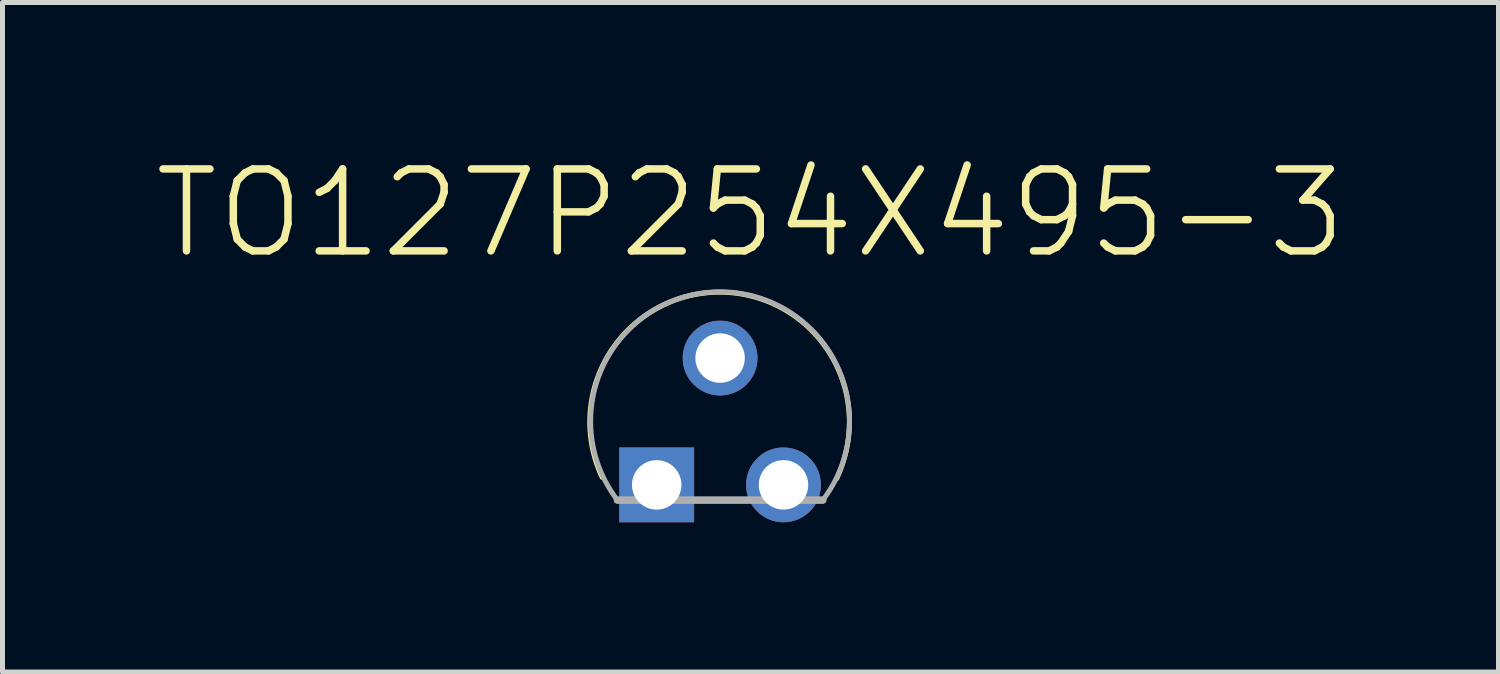
<source format=kicad_pcb>
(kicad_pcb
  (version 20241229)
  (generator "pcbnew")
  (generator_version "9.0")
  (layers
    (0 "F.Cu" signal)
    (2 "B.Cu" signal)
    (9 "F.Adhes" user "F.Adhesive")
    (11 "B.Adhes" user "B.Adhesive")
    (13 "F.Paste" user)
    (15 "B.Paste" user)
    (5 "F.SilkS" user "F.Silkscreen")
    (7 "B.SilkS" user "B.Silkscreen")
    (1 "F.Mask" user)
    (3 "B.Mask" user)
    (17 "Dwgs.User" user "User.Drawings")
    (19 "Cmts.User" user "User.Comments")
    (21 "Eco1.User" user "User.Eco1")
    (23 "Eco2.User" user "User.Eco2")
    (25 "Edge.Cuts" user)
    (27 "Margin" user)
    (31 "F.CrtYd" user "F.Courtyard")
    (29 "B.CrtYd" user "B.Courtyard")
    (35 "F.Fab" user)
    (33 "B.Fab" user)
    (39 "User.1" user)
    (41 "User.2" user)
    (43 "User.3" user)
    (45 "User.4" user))
  (footprint "TO127P254X495-3"
    (layer "F.Cu")
    (at 12.645 4.123)
    (property "Reference" "TO127P254X495-3" (at -0.661 -2.899 0) (layer "F.SilkS") (effects (font (size 1.642 1.642) (thickness 0.15))))
    (attr through_hole)
    (fp_arc (start -3.6322 2.3876) (mid -1.85195 -1.256855) (end 1.3208 1.27) (stroke (width 0.1) (type solid)) (layer "F.SilkS"))
    (fp_arc (start 1.3208 1.27) (mid 1.256389 1.855409) (end 1.0668 2.413) (stroke (width 0.1) (type solid)) (layer "F.SilkS"))
    (fp_line (start -3.327 2.845) (end 0.787 2.845) (stroke (width 0.152) (type solid)) (layer "F.Fab"))
    (fp_arc (start -3.3274 2.844799) (mid -1.27 -1.327195) (end 0.7874 2.8448) (stroke (width 0.1) (type solid)) (layer "F.Fab"))
    (pad "1" thru_hole rect (at -2.54 2.54) (size 1.499 1.499) (drill 0.991) (layers "*.Cu" "*.Mask"))
    (pad "2" thru_hole circle (at -1.27 0) (size 1.499 1.499) (drill 0.991) (layers "*.Cu" "*.Mask"))
    (pad "3" thru_hole circle (at 0 2.54) (size 1.499 1.499) (drill 0.991) (layers "*.Cu" "*.Mask")))
  (gr_rect
    (start -3 -3)
    (end 26.968 10.412)
    (stroke (width 0.1) (type default))
    (fill no)
    (layer "Edge.Cuts")))
</source>
